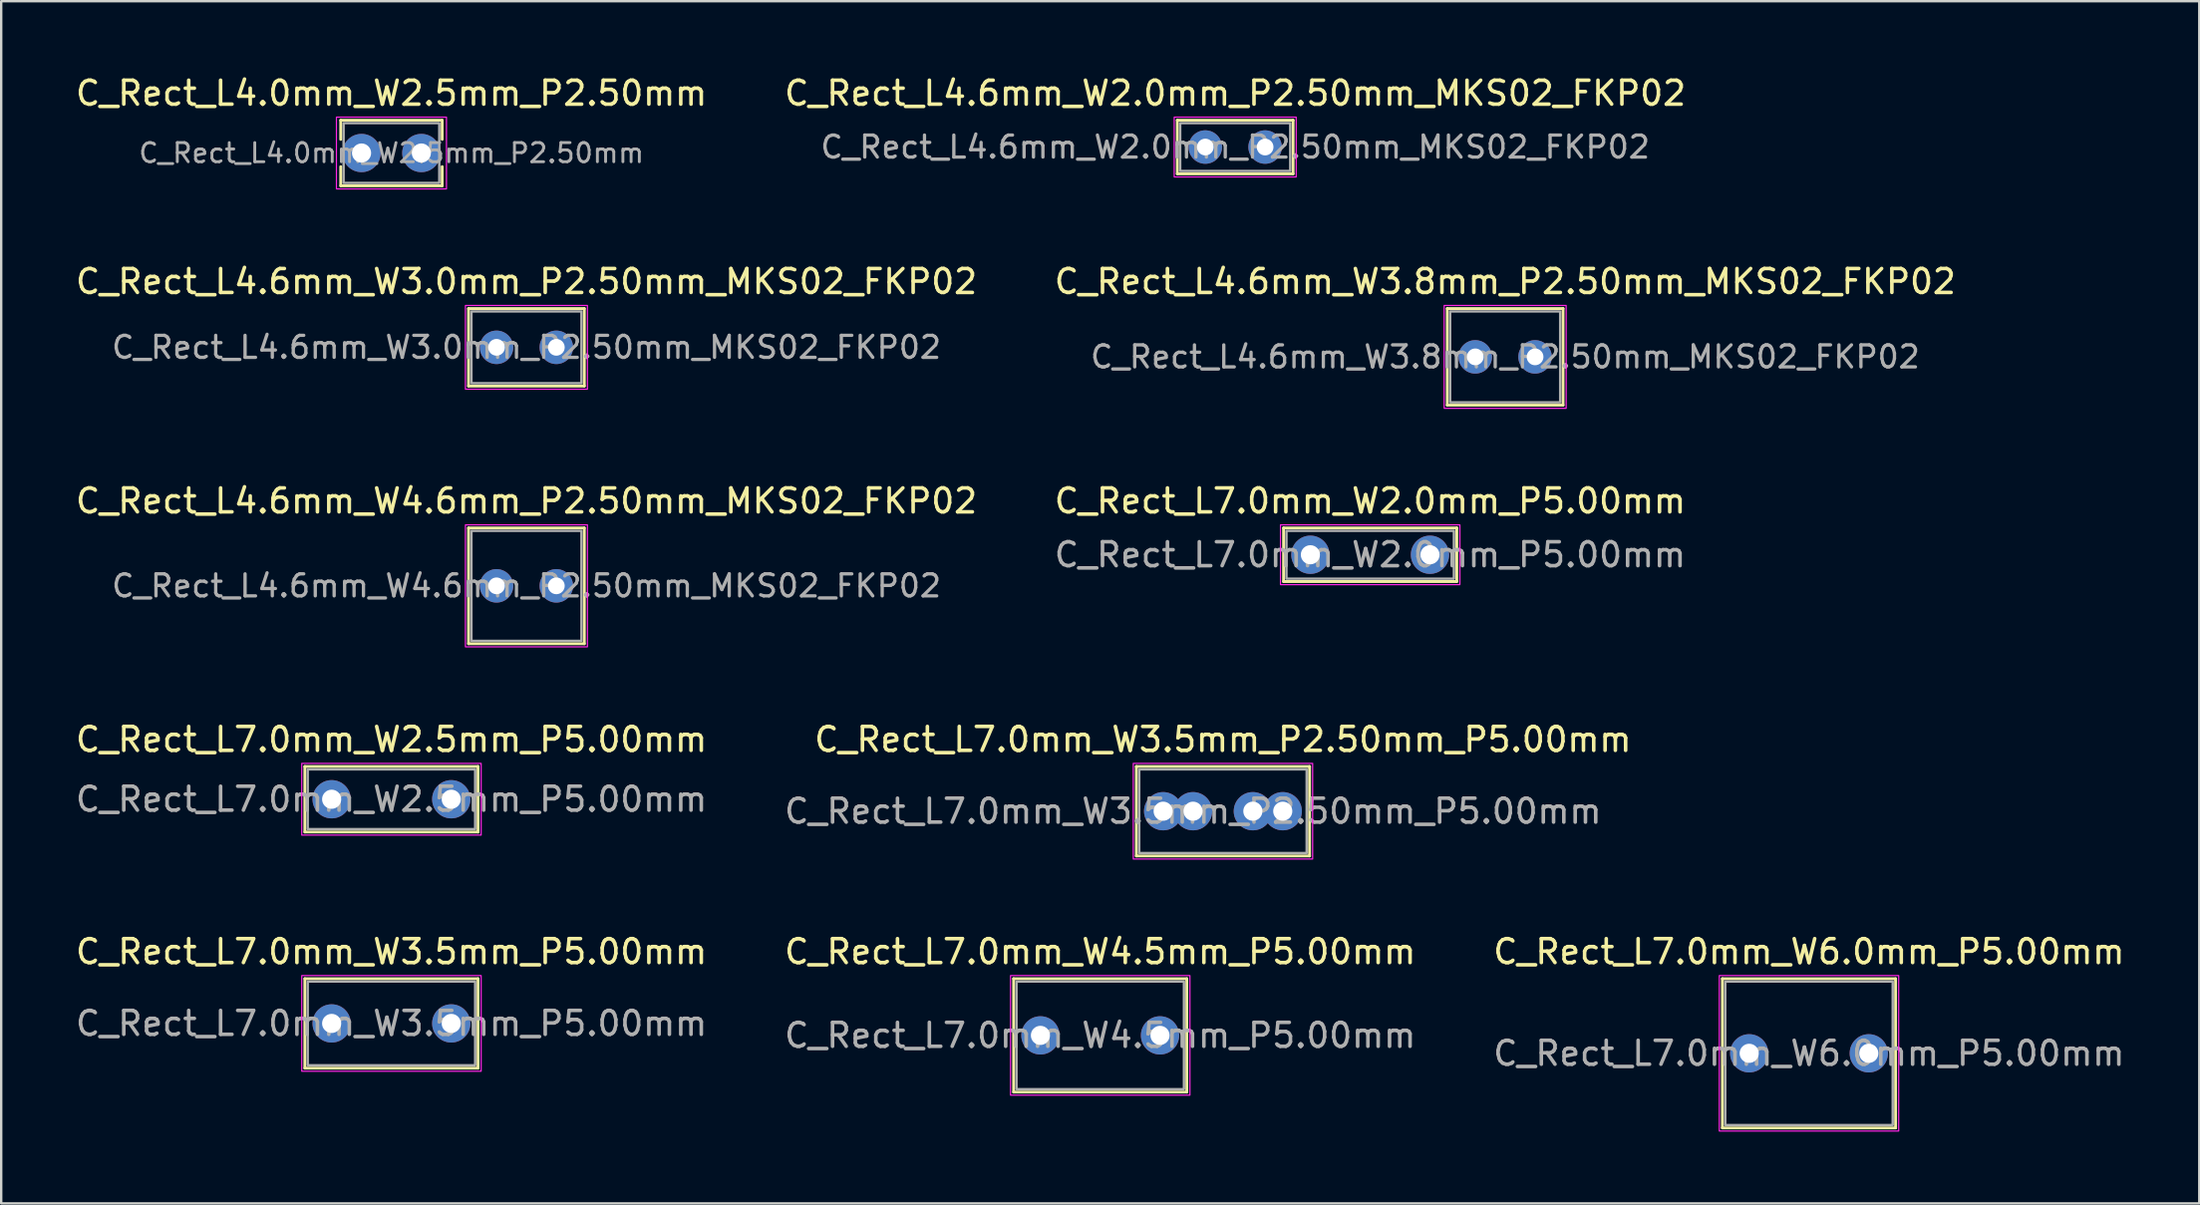
<source format=kicad_pcb>
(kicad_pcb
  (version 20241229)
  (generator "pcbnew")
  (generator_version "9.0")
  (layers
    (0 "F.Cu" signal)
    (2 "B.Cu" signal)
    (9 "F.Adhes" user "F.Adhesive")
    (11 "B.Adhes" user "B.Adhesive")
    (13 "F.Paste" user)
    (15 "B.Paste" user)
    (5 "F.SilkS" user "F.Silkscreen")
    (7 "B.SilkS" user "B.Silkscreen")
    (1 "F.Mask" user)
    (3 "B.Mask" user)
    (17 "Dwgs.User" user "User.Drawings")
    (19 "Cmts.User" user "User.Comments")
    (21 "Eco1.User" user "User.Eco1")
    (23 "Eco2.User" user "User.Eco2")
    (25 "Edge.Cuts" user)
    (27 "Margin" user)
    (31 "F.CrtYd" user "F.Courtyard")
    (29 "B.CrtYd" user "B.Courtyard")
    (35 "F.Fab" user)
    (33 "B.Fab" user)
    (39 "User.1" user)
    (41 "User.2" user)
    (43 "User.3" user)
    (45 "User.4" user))
  (footprint "C_Rect_L4.6mm_W3.8mm_P2.50mm_MKS02_FKP02"
    (layer "F.Cu")
    (at 58.625 11.871)
    (property "Reference" "C_Rect_L4.6mm_W3.8mm_P2.50mm_MKS02_FKP02" (at 1.25 -3.15 0) (layer "F.SilkS") (effects (font (size 1 1) (thickness 0.15))))
    (attr through_hole)
    (fp_line (start -1.17 -2.02) (end 3.67 -2.02) (stroke (width 0.12) (type solid)) (layer "F.SilkS"))
    (fp_line (start -1.17 2.02) (end -1.17 -2.02) (stroke (width 0.12) (type solid)) (layer "F.SilkS"))
    (fp_line (start 3.67 -2.02) (end 3.67 2.02) (stroke (width 0.12) (type solid)) (layer "F.SilkS"))
    (fp_line (start 3.67 2.02) (end -1.17 2.02) (stroke (width 0.12) (type solid)) (layer "F.SilkS"))
    (fp_rect (start -1.3 -2.15) (end 3.8 2.15) (stroke (width 0.05) (type solid)) (fill no) (layer "F.CrtYd"))
    (fp_rect (start -1.05 -1.9) (end 3.55 1.9) (stroke (width 0.1) (type solid)) (fill no) (layer "F.Fab"))
    (fp_text user "${REFERENCE}" (at 1.25 0 0) (layer "F.Fab") (effects (font (size 0.92 0.92) (thickness 0.138))))
    (pad "1" thru_hole circle (at 0 0) (size 1.4 1.4) (drill 0.7) (layers "*.Cu" "*.Mask"))
    (pad "2" thru_hole circle (at 2.5 0) (size 1.4 1.4) (drill 0.7) (layers "*.Cu" "*.Mask")))
  (footprint "C_Rect_L7.0mm_W3.5mm_P2.50mm_P5.00mm"
    (layer "F.Cu")
    (at 45.577 30.868)
    (property "Reference" "C_Rect_L7.0mm_W3.5mm_P2.50mm_P5.00mm" (at 2.5 -3 0) (layer "F.SilkS") (effects (font (size 1 1) (thickness 0.15))))
    (attr through_hole)
    (fp_line (start -1.12 -1.87) (end 6.12 -1.87) (stroke (width 0.12) (type solid)) (layer "F.SilkS"))
    (fp_line (start -1.12 1.87) (end -1.12 -1.87) (stroke (width 0.12) (type solid)) (layer "F.SilkS"))
    (fp_line (start 6.12 -1.87) (end 6.12 1.87) (stroke (width 0.12) (type solid)) (layer "F.SilkS"))
    (fp_line (start 6.12 1.87) (end -1.12 1.87) (stroke (width 0.12) (type solid)) (layer "F.SilkS"))
    (fp_rect (start -1.25 -2) (end 6.25 2) (stroke (width 0.05) (type solid)) (fill no) (layer "F.CrtYd"))
    (fp_rect (start -1 -1.75) (end 6 1.75) (stroke (width 0.1) (type solid)) (fill no) (layer "F.Fab"))
    (fp_text user "${REFERENCE}" (at 1.25 0 0) (layer "F.Fab") (effects (font (size 1 1) (thickness 0.15))))
    (pad "1" thru_hole circle (at 0 0) (size 1.6 1.6) (drill 0.8) (layers "*.Cu" "*.Mask"))
    (pad "1" thru_hole circle (at 1.25 0) (size 1.6 1.6) (drill 0.8) (layers "*.Cu" "*.Mask"))
    (pad "2" thru_hole circle (at 3.75 0) (size 1.6 1.6) (drill 0.8) (layers "*.Cu" "*.Mask"))
    (pad "2" thru_hole circle (at 5 0) (size 1.6 1.6) (drill 0.8) (layers "*.Cu" "*.Mask")))
  (footprint "C_Rect_L4.0mm_W2.5mm_P2.50mm"
    (layer "F.Cu")
    (at 12.065 3.348)
    (property "Reference" "C_Rect_L4.0mm_W2.5mm_P2.50mm" (at 1.25 -2.5 0) (layer "F.SilkS") (effects (font (size 1 1) (thickness 0.15))))
    (attr through_hole)
    (fp_line (start -0.87 -1.37) (end 3.37 -1.37) (stroke (width 0.12) (type solid)) (layer "F.SilkS"))
    (fp_line (start -0.87 -0.57) (end -0.87 -1.37) (stroke (width 0.12) (type solid)) (layer "F.SilkS"))
    (fp_line (start -0.87 1.37) (end -0.87 0.57) (stroke (width 0.12) (type solid)) (layer "F.SilkS"))
    (fp_line (start 3.37 -1.37) (end 3.37 -0.57) (stroke (width 0.12) (type solid)) (layer "F.SilkS"))
    (fp_line (start 3.37 0.57) (end 3.37 1.37) (stroke (width 0.12) (type solid)) (layer "F.SilkS"))
    (fp_line (start 3.37 1.37) (end -0.87 1.37) (stroke (width 0.12) (type solid)) (layer "F.SilkS"))
    (fp_rect (start -1.05 -1.5) (end 3.55 1.5) (stroke (width 0.05) (type solid)) (fill no) (layer "F.CrtYd"))
    (fp_rect (start -0.75 -1.25) (end 3.25 1.25) (stroke (width 0.1) (type solid)) (fill no) (layer "F.Fab"))
    (fp_text user "${REFERENCE}" (at 1.25 0 0) (layer "F.Fab") (effects (font (size 0.8 0.8) (thickness 0.12))))
    (pad "1" thru_hole circle (at 0 0) (size 1.6 1.6) (drill 0.8) (layers "*.Cu" "*.Mask"))
    (pad "2" thru_hole circle (at 2.5 0) (size 1.6 1.6) (drill 0.8) (layers "*.Cu" "*.Mask")))
  (footprint "C_Rect_L7.0mm_W6.0mm_P5.00mm"
    (layer "F.Cu")
    (at 70.077 40.991)
    (property "Reference" "C_Rect_L7.0mm_W6.0mm_P5.00mm" (at 2.5 -4.25 0) (layer "F.SilkS") (effects (font (size 1 1) (thickness 0.15))))
    (attr through_hole)
    (fp_line (start -1.12 -3.12) (end 6.12 -3.12) (stroke (width 0.12) (type solid)) (layer "F.SilkS"))
    (fp_line (start -1.12 3.12) (end -1.12 -3.12) (stroke (width 0.12) (type solid)) (layer "F.SilkS"))
    (fp_line (start 6.12 -3.12) (end 6.12 3.12) (stroke (width 0.12) (type solid)) (layer "F.SilkS"))
    (fp_line (start 6.12 3.12) (end -1.12 3.12) (stroke (width 0.12) (type solid)) (layer "F.SilkS"))
    (fp_rect (start -1.25 -3.25) (end 6.25 3.25) (stroke (width 0.05) (type solid)) (fill no) (layer "F.CrtYd"))
    (fp_rect (start -1 -3) (end 6 3) (stroke (width 0.1) (type solid)) (fill no) (layer "F.Fab"))
    (fp_text user "${REFERENCE}" (at 2.5 0 0) (layer "F.Fab") (effects (font (size 1 1) (thickness 0.15))))
    (pad "1" thru_hole circle (at 0 0) (size 1.6 1.6) (drill 0.8) (layers "*.Cu" "*.Mask"))
    (pad "2" thru_hole circle (at 5 0) (size 1.6 1.6) (drill 0.8) (layers "*.Cu" "*.Mask")))
  (footprint "C_Rect_L4.6mm_W4.6mm_P2.50mm_MKS02_FKP02"
    (layer "F.Cu")
    (at 17.708 21.445)
    (property "Reference" "C_Rect_L4.6mm_W4.6mm_P2.50mm_MKS02_FKP02" (at 1.25 -3.55 0) (layer "F.SilkS") (effects (font (size 1 1) (thickness 0.15))))
    (attr through_hole)
    (fp_line (start -1.17 -2.42) (end 3.67 -2.42) (stroke (width 0.12) (type solid)) (layer "F.SilkS"))
    (fp_line (start -1.17 2.42) (end -1.17 -2.42) (stroke (width 0.12) (type solid)) (layer "F.SilkS"))
    (fp_line (start 3.67 -2.42) (end 3.67 2.42) (stroke (width 0.12) (type solid)) (layer "F.SilkS"))
    (fp_line (start 3.67 2.42) (end -1.17 2.42) (stroke (width 0.12) (type solid)) (layer "F.SilkS"))
    (fp_rect (start -1.3 -2.55) (end 3.8 2.55) (stroke (width 0.05) (type solid)) (fill no) (layer "F.CrtYd"))
    (fp_rect (start -1.05 -2.3) (end 3.55 2.3) (stroke (width 0.1) (type solid)) (fill no) (layer "F.Fab"))
    (fp_text user "${REFERENCE}" (at 1.25 0 0) (layer "F.Fab") (effects (font (size 0.92 0.92) (thickness 0.138))))
    (pad "1" thru_hole circle (at 0 0) (size 1.4 1.4) (drill 0.7) (layers "*.Cu" "*.Mask"))
    (pad "2" thru_hole circle (at 2.5 0) (size 1.4 1.4) (drill 0.7) (layers "*.Cu" "*.Mask")))
  (footprint "C_Rect_L4.6mm_W3.0mm_P2.50mm_MKS02_FKP02"
    (layer "F.Cu")
    (at 17.708 11.472)
    (property "Reference" "C_Rect_L4.6mm_W3.0mm_P2.50mm_MKS02_FKP02" (at 1.25 -2.75 0) (layer "F.SilkS") (effects (font (size 1 1) (thickness 0.15))))
    (attr through_hole)
    (fp_line (start -1.17 -1.62) (end 3.67 -1.62) (stroke (width 0.12) (type solid)) (layer "F.SilkS"))
    (fp_line (start -1.17 1.62) (end -1.17 -1.62) (stroke (width 0.12) (type solid)) (layer "F.SilkS"))
    (fp_line (start 3.67 -1.62) (end 3.67 1.62) (stroke (width 0.12) (type solid)) (layer "F.SilkS"))
    (fp_line (start 3.67 1.62) (end -1.17 1.62) (stroke (width 0.12) (type solid)) (layer "F.SilkS"))
    (fp_rect (start -1.3 -1.75) (end 3.8 1.75) (stroke (width 0.05) (type solid)) (fill no) (layer "F.CrtYd"))
    (fp_rect (start -1.05 -1.5) (end 3.55 1.5) (stroke (width 0.1) (type solid)) (fill no) (layer "F.Fab"))
    (fp_text user "${REFERENCE}" (at 1.25 0 0) (layer "F.Fab") (effects (font (size 0.92 0.92) (thickness 0.138))))
    (pad "1" thru_hole circle (at 0 0) (size 1.4 1.4) (drill 0.7) (layers "*.Cu" "*.Mask"))
    (pad "2" thru_hole circle (at 2.5 0) (size 1.4 1.4) (drill 0.7) (layers "*.Cu" "*.Mask")))
  (footprint "C_Rect_L7.0mm_W3.5mm_P5.00mm"
    (layer "F.Cu")
    (at 10.815 39.741)
    (property "Reference" "C_Rect_L7.0mm_W3.5mm_P5.00mm" (at 2.5 -3 0) (layer "F.SilkS") (effects (font (size 1 1) (thickness 0.15))))
    (attr through_hole)
    (fp_line (start -1.12 -1.87) (end 6.12 -1.87) (stroke (width 0.12) (type solid)) (layer "F.SilkS"))
    (fp_line (start -1.12 1.87) (end -1.12 -1.87) (stroke (width 0.12) (type solid)) (layer "F.SilkS"))
    (fp_line (start 6.12 -1.87) (end 6.12 1.87) (stroke (width 0.12) (type solid)) (layer "F.SilkS"))
    (fp_line (start 6.12 1.87) (end -1.12 1.87) (stroke (width 0.12) (type solid)) (layer "F.SilkS"))
    (fp_rect (start -1.25 -2) (end 6.25 2) (stroke (width 0.05) (type solid)) (fill no) (layer "F.CrtYd"))
    (fp_rect (start -1 -1.75) (end 6 1.75) (stroke (width 0.1) (type solid)) (fill no) (layer "F.Fab"))
    (fp_text user "${REFERENCE}" (at 2.5 0 0) (layer "F.Fab") (effects (font (size 1 1) (thickness 0.15))))
    (pad "1" thru_hole circle (at 0 0) (size 1.6 1.6) (drill 0.8) (layers "*.Cu" "*.Mask"))
    (pad "2" thru_hole circle (at 5 0) (size 1.6 1.6) (drill 0.8) (layers "*.Cu" "*.Mask")))
  (footprint "C_Rect_L7.0mm_W2.5mm_P5.00mm"
    (layer "F.Cu")
    (at 10.815 30.368)
    (property "Reference" "C_Rect_L7.0mm_W2.5mm_P5.00mm" (at 2.5 -2.5 0) (layer "F.SilkS") (effects (font (size 1 1) (thickness 0.15))))
    (attr through_hole)
    (fp_line (start -1.12 -1.37) (end 6.12 -1.37) (stroke (width 0.12) (type solid)) (layer "F.SilkS"))
    (fp_line (start -1.12 1.37) (end -1.12 -1.37) (stroke (width 0.12) (type solid)) (layer "F.SilkS"))
    (fp_line (start 6.12 -1.37) (end 6.12 1.37) (stroke (width 0.12) (type solid)) (layer "F.SilkS"))
    (fp_line (start 6.12 1.37) (end -1.12 1.37) (stroke (width 0.12) (type solid)) (layer "F.SilkS"))
    (fp_rect (start -1.25 -1.5) (end 6.25 1.5) (stroke (width 0.05) (type solid)) (fill no) (layer "F.CrtYd"))
    (fp_rect (start -1 -1.25) (end 6 1.25) (stroke (width 0.1) (type solid)) (fill no) (layer "F.Fab"))
    (fp_text user "${REFERENCE}" (at 2.5 0 0) (layer "F.Fab") (effects (font (size 1 1) (thickness 0.15))))
    (pad "1" thru_hole circle (at 0 0) (size 1.6 1.6) (drill 0.8) (layers "*.Cu" "*.Mask"))
    (pad "2" thru_hole circle (at 5 0) (size 1.6 1.6) (drill 0.8) (layers "*.Cu" "*.Mask")))
  (footprint "C_Rect_L4.6mm_W2.0mm_P2.50mm_MKS02_FKP02"
    (layer "F.Cu")
    (at 47.339 3.098)
    (property "Reference" "C_Rect_L4.6mm_W2.0mm_P2.50mm_MKS02_FKP02" (at 1.25 -2.25 0) (layer "F.SilkS") (effects (font (size 1 1) (thickness 0.15))))
    (attr through_hole)
    (fp_line (start -1.17 -1.12) (end 3.67 -1.12) (stroke (width 0.12) (type solid)) (layer "F.SilkS"))
    (fp_line (start -1.17 1.12) (end -1.17 -1.12) (stroke (width 0.12) (type solid)) (layer "F.SilkS"))
    (fp_line (start 3.67 -1.12) (end 3.67 1.12) (stroke (width 0.12) (type solid)) (layer "F.SilkS"))
    (fp_line (start 3.67 1.12) (end -1.17 1.12) (stroke (width 0.12) (type solid)) (layer "F.SilkS"))
    (fp_rect (start -1.3 -1.25) (end 3.8 1.25) (stroke (width 0.05) (type solid)) (fill no) (layer "F.CrtYd"))
    (fp_rect (start -1.05 -1) (end 3.55 1) (stroke (width 0.1) (type solid)) (fill no) (layer "F.Fab"))
    (fp_text user "${REFERENCE}" (at 1.25 0 0) (layer "F.Fab") (effects (font (size 0.92 0.92) (thickness 0.138))))
    (pad "1" thru_hole circle (at 0 0) (size 1.4 1.4) (drill 0.7) (layers "*.Cu" "*.Mask"))
    (pad "2" thru_hole circle (at 2.5 0) (size 1.4 1.4) (drill 0.7) (layers "*.Cu" "*.Mask")))
  (footprint "C_Rect_L7.0mm_W4.5mm_P5.00mm"
    (layer "F.Cu")
    (at 40.446 40.241)
    (property "Reference" "C_Rect_L7.0mm_W4.5mm_P5.00mm" (at 2.5 -3.5 0) (layer "F.SilkS") (effects (font (size 1 1) (thickness 0.15))))
    (attr through_hole)
    (fp_line (start -1.12 -2.37) (end 6.12 -2.37) (stroke (width 0.12) (type solid)) (layer "F.SilkS"))
    (fp_line (start -1.12 2.37) (end -1.12 -2.37) (stroke (width 0.12) (type solid)) (layer "F.SilkS"))
    (fp_line (start 6.12 -2.37) (end 6.12 2.37) (stroke (width 0.12) (type solid)) (layer "F.SilkS"))
    (fp_line (start 6.12 2.37) (end -1.12 2.37) (stroke (width 0.12) (type solid)) (layer "F.SilkS"))
    (fp_rect (start -1.25 -2.5) (end 6.25 2.5) (stroke (width 0.05) (type solid)) (fill no) (layer "F.CrtYd"))
    (fp_rect (start -1 -2.25) (end 6 2.25) (stroke (width 0.1) (type solid)) (fill no) (layer "F.Fab"))
    (fp_text user "${REFERENCE}" (at 2.5 0 0) (layer "F.Fab") (effects (font (size 1 1) (thickness 0.15))))
    (pad "1" thru_hole circle (at 0 0) (size 1.6 1.6) (drill 0.8) (layers "*.Cu" "*.Mask"))
    (pad "2" thru_hole circle (at 5 0) (size 1.6 1.6) (drill 0.8) (layers "*.Cu" "*.Mask")))
  (footprint "C_Rect_L7.0mm_W2.0mm_P5.00mm"
    (layer "F.Cu")
    (at 51.732 20.145)
    (property "Reference" "C_Rect_L7.0mm_W2.0mm_P5.00mm" (at 2.5 -2.25 0) (layer "F.SilkS") (effects (font (size 1 1) (thickness 0.15))))
    (attr through_hole)
    (fp_line (start -1.12 -1.12) (end 6.12 -1.12) (stroke (width 0.12) (type solid)) (layer "F.SilkS"))
    (fp_line (start -1.12 1.12) (end -1.12 -1.12) (stroke (width 0.12) (type solid)) (layer "F.SilkS"))
    (fp_line (start 6.12 -1.12) (end 6.12 1.12) (stroke (width 0.12) (type solid)) (layer "F.SilkS"))
    (fp_line (start 6.12 1.12) (end -1.12 1.12) (stroke (width 0.12) (type solid)) (layer "F.SilkS"))
    (fp_rect (start -1.25 -1.25) (end 6.25 1.25) (stroke (width 0.05) (type solid)) (fill no) (layer "F.CrtYd"))
    (fp_rect (start -1 -1) (end 6 1) (stroke (width 0.1) (type solid)) (fill no) (layer "F.Fab"))
    (fp_text user "${REFERENCE}" (at 2.5 0 0) (layer "F.Fab") (effects (font (size 1 1) (thickness 0.15))))
    (pad "1" thru_hole circle (at 0 0) (size 1.6 1.6) (drill 0.8) (layers "*.Cu" "*.Mask"))
    (pad "2" thru_hole circle (at 5 0) (size 1.6 1.6) (drill 0.8) (layers "*.Cu" "*.Mask")))
  (gr_rect
    (start -3 -3)
    (end 88.893 47.266)
    (stroke (width 0.1) (type default))
    (fill no)
    (layer "Edge.Cuts")))
</source>
